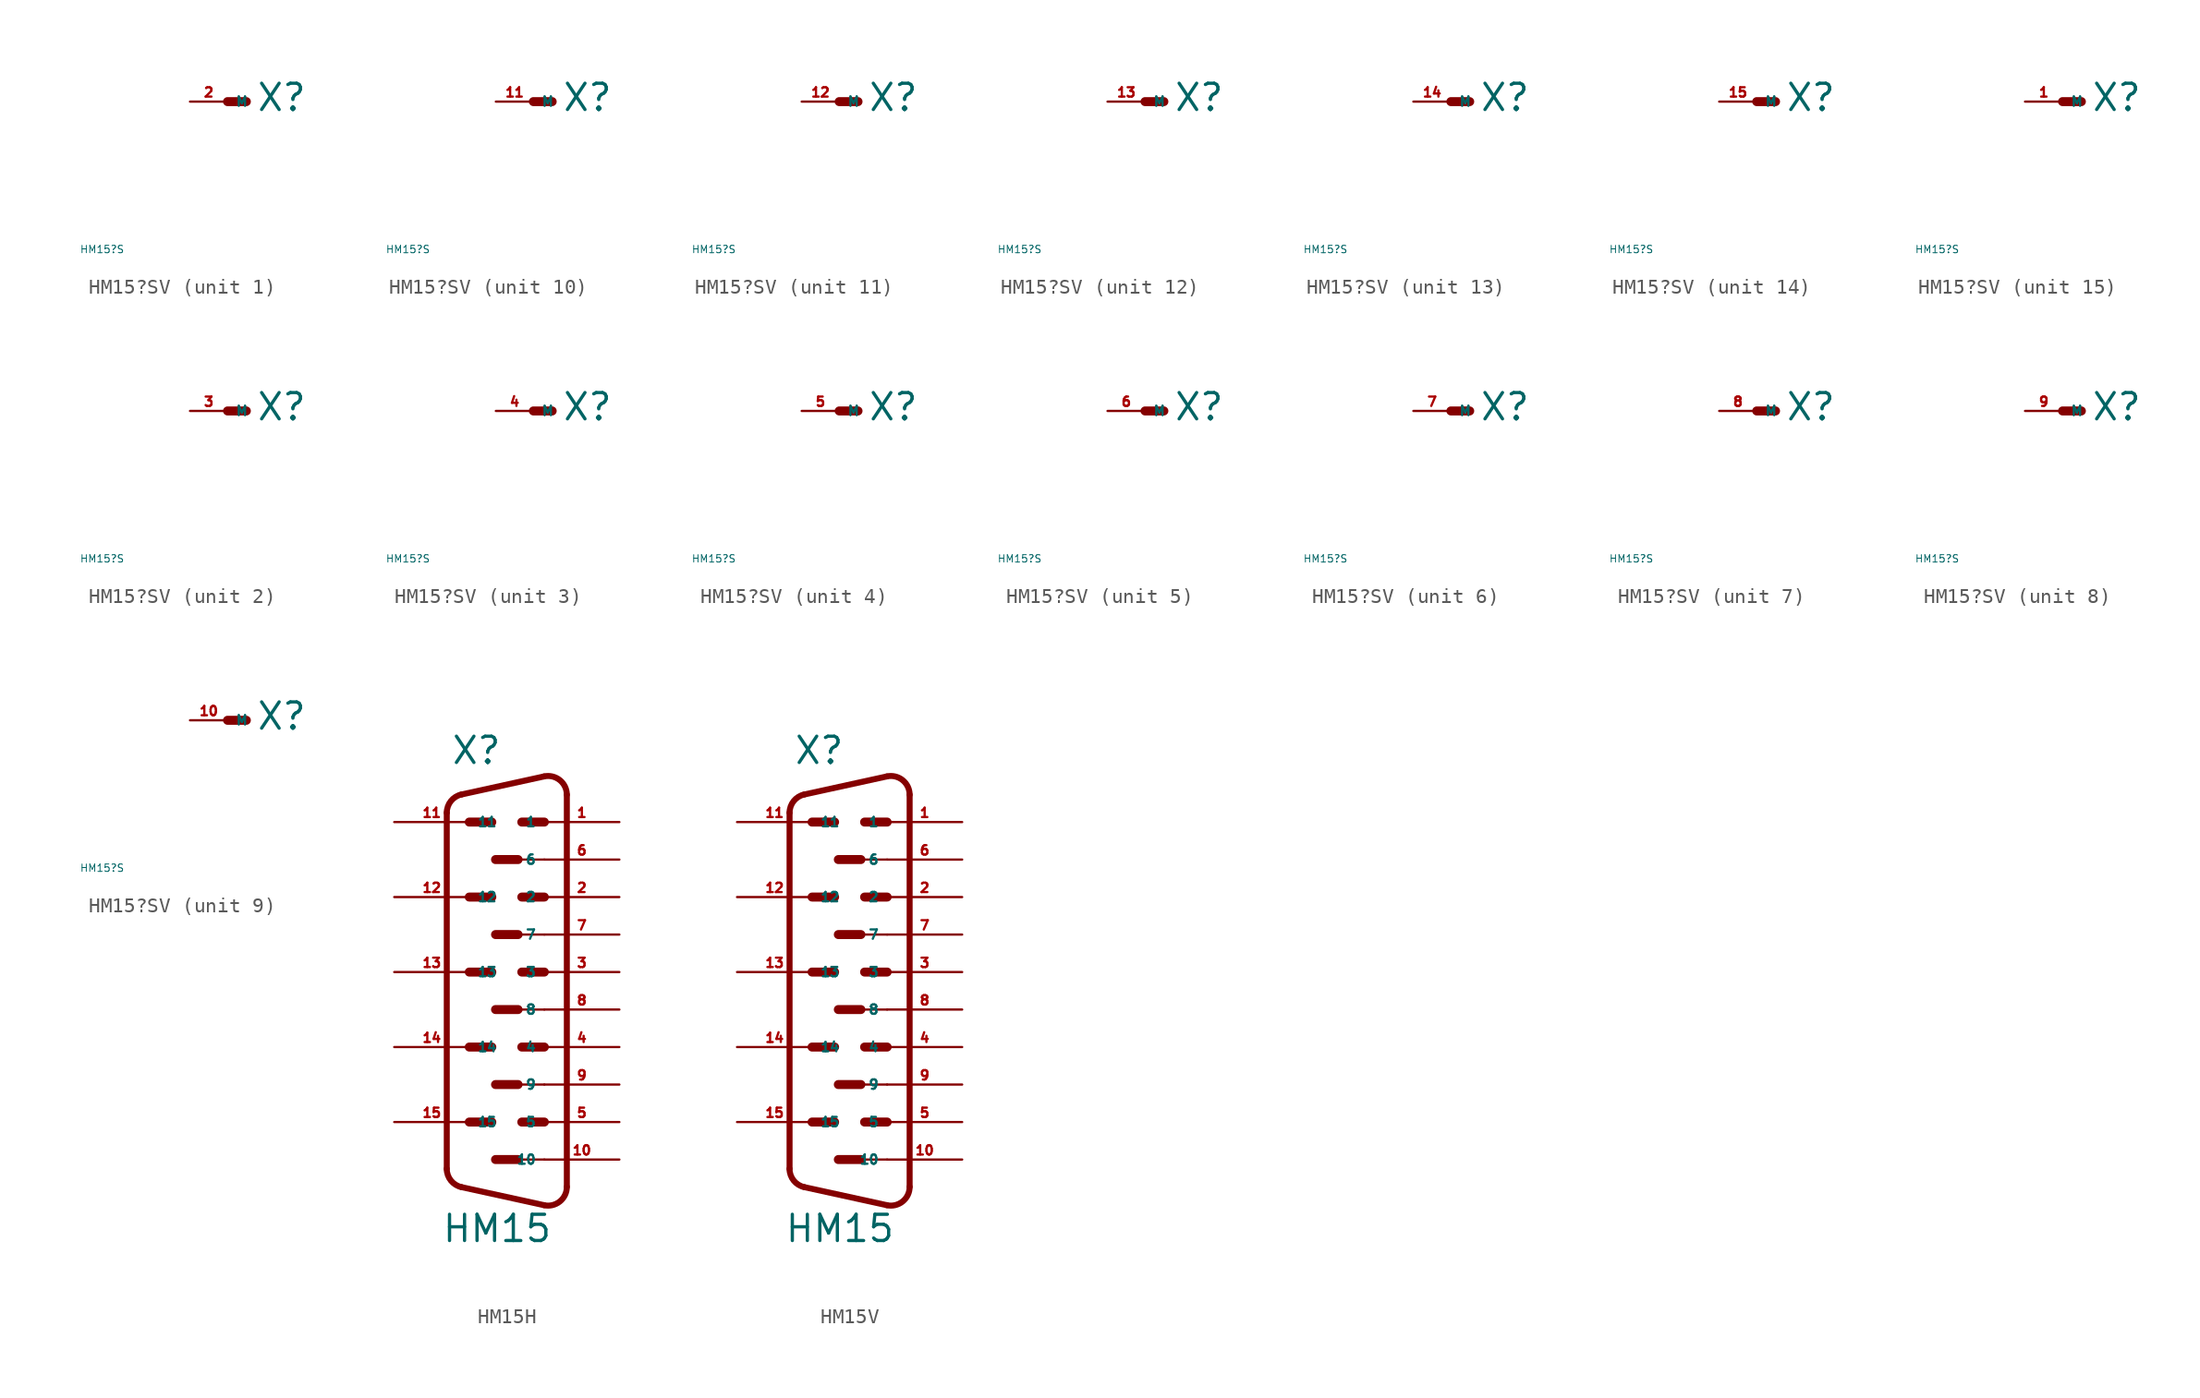
<source format=kicad_sym>
(kicad_symbol_lib
  (version 20220914)
  (generator Eagle2Kicad)
  (symbol "HM15?SV"
    (property "Reference" "X"
      (at 1.905 -0.762 0)
      (effects (font (size 1.778 1.778) (thickness 0.22)) (justify left bottom)))
    (property "Value" "HM15?S"
      (at -10 -10 0)
      (effects (font (size 0.5 0.5) (thickness 0.06)) (justify left)))
    (symbol "HM15?SV_1_0"
      (polyline (pts (xy 0 0) (xy 1.27 0)) (stroke (width 0.61) (type default)) (fill (type none)))
      (pin passive line (at -2.54 0 0) (length 2.54) (name "M" (effects (font (size 0.635 0.635) (thickness 0.08)) (justify left bottom))) (number "2" (effects (font (size 0.635 0.635) (thickness 0.08)) (justify left bottom)))))
    (symbol "HM15?SV_2_0"
      (polyline (pts (xy 0 0) (xy 1.27 0)) (stroke (width 0.61) (type default)) (fill (type none)))
      (pin passive line (at -2.54 0 0) (length 2.54) (name "M" (effects (font (size 0.635 0.635) (thickness 0.08)) (justify left bottom))) (number "3" (effects (font (size 0.635 0.635) (thickness 0.08)) (justify left bottom)))))
    (symbol "HM15?SV_3_0"
      (polyline (pts (xy 0 0) (xy 1.27 0)) (stroke (width 0.61) (type default)) (fill (type none)))
      (pin passive line (at -2.54 0 0) (length 2.54) (name "M" (effects (font (size 0.635 0.635) (thickness 0.08)) (justify left bottom))) (number "4" (effects (font (size 0.635 0.635) (thickness 0.08)) (justify left bottom)))))
    (symbol "HM15?SV_4_0"
      (polyline (pts (xy 0 0) (xy 1.27 0)) (stroke (width 0.61) (type default)) (fill (type none)))
      (pin passive line (at -2.54 0 0) (length 2.54) (name "M" (effects (font (size 0.635 0.635) (thickness 0.08)) (justify left bottom))) (number "5" (effects (font (size 0.635 0.635) (thickness 0.08)) (justify left bottom)))))
    (symbol "HM15?SV_5_0"
      (polyline (pts (xy 0 0) (xy 1.27 0)) (stroke (width 0.61) (type default)) (fill (type none)))
      (pin passive line (at -2.54 0 0) (length 2.54) (name "M" (effects (font (size 0.635 0.635) (thickness 0.08)) (justify left bottom))) (number "6" (effects (font (size 0.635 0.635) (thickness 0.08)) (justify left bottom)))))
    (symbol "HM15?SV_6_0"
      (polyline (pts (xy 0 0) (xy 1.27 0)) (stroke (width 0.61) (type default)) (fill (type none)))
      (pin passive line (at -2.54 0 0) (length 2.54) (name "M" (effects (font (size 0.635 0.635) (thickness 0.08)) (justify left bottom))) (number "7" (effects (font (size 0.635 0.635) (thickness 0.08)) (justify left bottom)))))
    (symbol "HM15?SV_7_0"
      (polyline (pts (xy 0 0) (xy 1.27 0)) (stroke (width 0.61) (type default)) (fill (type none)))
      (pin passive line (at -2.54 0 0) (length 2.54) (name "M" (effects (font (size 0.635 0.635) (thickness 0.08)) (justify left bottom))) (number "8" (effects (font (size 0.635 0.635) (thickness 0.08)) (justify left bottom)))))
    (symbol "HM15?SV_8_0"
      (polyline (pts (xy 0 0) (xy 1.27 0)) (stroke (width 0.61) (type default)) (fill (type none)))
      (pin passive line (at -2.54 0 0) (length 2.54) (name "M" (effects (font (size 0.635 0.635) (thickness 0.08)) (justify left bottom))) (number "9" (effects (font (size 0.635 0.635) (thickness 0.08)) (justify left bottom)))))
    (symbol "HM15?SV_9_0"
      (polyline (pts (xy 0 0) (xy 1.27 0)) (stroke (width 0.61) (type default)) (fill (type none)))
      (pin passive line (at -2.54 0 0) (length 2.54) (name "M" (effects (font (size 0.635 0.635) (thickness 0.08)) (justify left bottom))) (number "10" (effects (font (size 0.635 0.635) (thickness 0.08)) (justify left bottom)))))
    (symbol "HM15?SV_10_0"
      (polyline (pts (xy 0 0) (xy 1.27 0)) (stroke (width 0.61) (type default)) (fill (type none)))
      (pin passive line (at -2.54 0 0) (length 2.54) (name "M" (effects (font (size 0.635 0.635) (thickness 0.08)) (justify left bottom))) (number "11" (effects (font (size 0.635 0.635) (thickness 0.08)) (justify left bottom)))))
    (symbol "HM15?SV_11_0"
      (polyline (pts (xy 0 0) (xy 1.27 0)) (stroke (width 0.61) (type default)) (fill (type none)))
      (pin passive line (at -2.54 0 0) (length 2.54) (name "M" (effects (font (size 0.635 0.635) (thickness 0.08)) (justify left bottom))) (number "12" (effects (font (size 0.635 0.635) (thickness 0.08)) (justify left bottom)))))
    (symbol "HM15?SV_12_0"
      (polyline (pts (xy 0 0) (xy 1.27 0)) (stroke (width 0.61) (type default)) (fill (type none)))
      (pin passive line (at -2.54 0 0) (length 2.54) (name "M" (effects (font (size 0.635 0.635) (thickness 0.08)) (justify left bottom))) (number "13" (effects (font (size 0.635 0.635) (thickness 0.08)) (justify left bottom)))))
    (symbol "HM15?SV_13_0"
      (polyline (pts (xy 0 0) (xy 1.27 0)) (stroke (width 0.61) (type default)) (fill (type none)))
      (pin passive line (at -2.54 0 0) (length 2.54) (name "M" (effects (font (size 0.635 0.635) (thickness 0.08)) (justify left bottom))) (number "14" (effects (font (size 0.635 0.635) (thickness 0.08)) (justify left bottom)))))
    (symbol "HM15?SV_14_0"
      (polyline (pts (xy 0 0) (xy 1.27 0)) (stroke (width 0.61) (type default)) (fill (type none)))
      (pin passive line (at -2.54 0 0) (length 2.54) (name "M" (effects (font (size 0.635 0.635) (thickness 0.08)) (justify left bottom))) (number "15" (effects (font (size 0.635 0.635) (thickness 0.08)) (justify left bottom)))))
    (symbol "HM15?SV_15_0"
      (polyline (pts (xy 0 0) (xy 1.27 0)) (stroke (width 0.61) (type default)) (fill (type none)))
      (pin passive line (at -2.54 0 0) (length 2.54) (name "M" (effects (font (size 0.635 0.635) (thickness 0.08)) (justify left bottom))) (number "1" (effects (font (size 0.635 0.635) (thickness 0.08)) (justify left bottom))))))
  (symbol "HM15H"
    (property "Reference" "X"
      (at -3.81 13.97 0)
      (effects (font (size 1.778 1.778) (thickness 0.22)) (justify left bottom)))
    (property "Value" "HM15"
      (at -4.445 -18.415 0)
      (effects (font (size 1.778 1.778) (thickness 0.22)) (justify left bottom)))
    (arc
      (start 4.064 12.0112)
      (mid 3.590 13.001)
      (end 2.5226 13.252)
      (stroke (width 0.4064) (type default))
      (fill (type none)))
    (polyline
      (pts (xy 2.523 13.252) (xy -3.065 12.029))
      (stroke (width 0.406) (type default))
      (fill (type none)))
    (arc
      (start -3.0654 12.0295)
      (mid -3.783 11.585)
      (end -4.0642 10.7888)
      (stroke (width 0.4064) (type default))
      (fill (type none)))
    (polyline
      (pts (xy -4.064 -13.329) (xy -4.064 10.789))
      (stroke (width 0.406) (type default))
      (fill (type none)))
    (arc
      (start -4.064 -13.3288)
      (mid -3.783 -14.125)
      (end -3.0654 -14.5694)
      (stroke (width 0.4064) (type default))
      (fill (type none)))
    (polyline
      (pts (xy 4.064 -14.551) (xy 4.064 12.011))
      (stroke (width 0.406) (type default))
      (fill (type none)))
    (polyline
      (pts (xy 2.523 -15.792) (xy -3.065 -14.569))
      (stroke (width 0.406) (type default))
      (fill (type none)))
    (arc
      (start 2.5226 -15.7919)
      (mid 3.590 -15.541)
      (end 4.064 -14.5512)
      (stroke (width 0.4064) (type default))
      (fill (type none)))
    (polyline
      (pts (xy 2.54 7.62) (xy 0.762 7.62))
      (stroke (width 0.152) (type default))
      (fill (type none)))
    (polyline
      (pts (xy 2.54 2.54) (xy 0.762 2.54))
      (stroke (width 0.152) (type default))
      (fill (type none)))
    (polyline
      (pts (xy 2.54 -2.54) (xy 0.762 -2.54))
      (stroke (width 0.152) (type default))
      (fill (type none)))
    (polyline
      (pts (xy 2.54 -7.62) (xy 0.762 -7.62))
      (stroke (width 0.152) (type default))
      (fill (type none)))
    (polyline
      (pts (xy 2.54 -12.7) (xy 0.762 -12.7))
      (stroke (width 0.152) (type default))
      (fill (type none)))
    (polyline
      (pts (xy -1.016 10.16) (xy -2.54 10.16))
      (stroke (width 0.61) (type default))
      (fill (type none)))
    (polyline
      (pts (xy 2.54 10.16) (xy 1.016 10.16))
      (stroke (width 0.61) (type default))
      (fill (type none)))
    (polyline
      (pts (xy 0.762 7.62) (xy -0.762 7.62))
      (stroke (width 0.61) (type default))
      (fill (type none)))
    (polyline
      (pts (xy -1.016 5.08) (xy -2.54 5.08))
      (stroke (width 0.61) (type default))
      (fill (type none)))
    (polyline
      (pts (xy 2.54 5.08) (xy 1.016 5.08))
      (stroke (width 0.61) (type default))
      (fill (type none)))
    (polyline
      (pts (xy 0.762 2.54) (xy -0.762 2.54))
      (stroke (width 0.61) (type default))
      (fill (type none)))
    (polyline
      (pts (xy -1.016 0) (xy -2.54 0))
      (stroke (width 0.61) (type default))
      (fill (type none)))
    (polyline
      (pts (xy 2.54 0) (xy 1.016 0))
      (stroke (width 0.61) (type default))
      (fill (type none)))
    (polyline
      (pts (xy 0.762 -2.54) (xy -0.762 -2.54))
      (stroke (width 0.61) (type default))
      (fill (type none)))
    (polyline
      (pts (xy -1.016 -5.08) (xy -2.54 -5.08))
      (stroke (width 0.61) (type default))
      (fill (type none)))
    (polyline
      (pts (xy 2.54 -5.08) (xy 1.016 -5.08))
      (stroke (width 0.61) (type default))
      (fill (type none)))
    (polyline
      (pts (xy 0.762 -7.62) (xy -0.762 -7.62))
      (stroke (width 0.61) (type default))
      (fill (type none)))
    (polyline
      (pts (xy -1.016 -10.16) (xy -2.54 -10.16))
      (stroke (width 0.61) (type default))
      (fill (type none)))
    (polyline
      (pts (xy 2.54 -10.16) (xy 1.016 -10.16))
      (stroke (width 0.61) (type default))
      (fill (type none)))
    (polyline
      (pts (xy 0.762 -12.7) (xy -0.762 -12.7))
      (stroke (width 0.61) (type default))
      (fill (type none)))
    (pin passive line
      (at 7.62 10.16 180)
      (length 5.08)
      (name "1" (effects (font (size 0.635 0.635) (thickness 0.08)) (justify left bottom)))
      (number "1" (effects (font (size 0.635 0.635) (thickness 0.08)) (justify left bottom))))
    (pin passive line
      (at 7.62 5.08 180)
      (length 5.08)
      (name "2" (effects (font (size 0.635 0.635) (thickness 0.08)) (justify left bottom)))
      (number "2" (effects (font (size 0.635 0.635) (thickness 0.08)) (justify left bottom))))
    (pin passive line
      (at 7.62 0 180)
      (length 5.08)
      (name "3" (effects (font (size 0.635 0.635) (thickness 0.08)) (justify left bottom)))
      (number "3" (effects (font (size 0.635 0.635) (thickness 0.08)) (justify left bottom))))
    (pin passive line
      (at 7.62 -5.08 180)
      (length 5.08)
      (name "4" (effects (font (size 0.635 0.635) (thickness 0.08)) (justify left bottom)))
      (number "4" (effects (font (size 0.635 0.635) (thickness 0.08)) (justify left bottom))))
    (pin passive line
      (at 7.62 -10.16 180)
      (length 5.08)
      (name "5" (effects (font (size 0.635 0.635) (thickness 0.08)) (justify left bottom)))
      (number "5" (effects (font (size 0.635 0.635) (thickness 0.08)) (justify left bottom))))
    (pin passive line
      (at 7.62 7.62 180)
      (length 5.08)
      (name "6" (effects (font (size 0.635 0.635) (thickness 0.08)) (justify left bottom)))
      (number "6" (effects (font (size 0.635 0.635) (thickness 0.08)) (justify left bottom))))
    (pin passive line
      (at 7.62 2.54 180)
      (length 5.08)
      (name "7" (effects (font (size 0.635 0.635) (thickness 0.08)) (justify left bottom)))
      (number "7" (effects (font (size 0.635 0.635) (thickness 0.08)) (justify left bottom))))
    (pin passive line
      (at 7.62 -2.54 180)
      (length 5.08)
      (name "8" (effects (font (size 0.635 0.635) (thickness 0.08)) (justify left bottom)))
      (number "8" (effects (font (size 0.635 0.635) (thickness 0.08)) (justify left bottom))))
    (pin passive line
      (at 7.62 -7.62 180)
      (length 5.08)
      (name "9" (effects (font (size 0.635 0.635) (thickness 0.08)) (justify left bottom)))
      (number "9" (effects (font (size 0.635 0.635) (thickness 0.08)) (justify left bottom))))
    (pin passive line
      (at 7.62 -12.7 180)
      (length 5.08)
      (name "10" (effects (font (size 0.635 0.635) (thickness 0.08)) (justify left bottom)))
      (number "10" (effects (font (size 0.635 0.635) (thickness 0.08)) (justify left bottom))))
    (pin passive line
      (at -7.62 10.16 0)
      (length 5.08)
      (name "11" (effects (font (size 0.635 0.635) (thickness 0.08)) (justify left bottom)))
      (number "11" (effects (font (size 0.635 0.635) (thickness 0.08)) (justify left bottom))))
    (pin passive line
      (at -7.62 5.08 0)
      (length 5.08)
      (name "12" (effects (font (size 0.635 0.635) (thickness 0.08)) (justify left bottom)))
      (number "12" (effects (font (size 0.635 0.635) (thickness 0.08)) (justify left bottom))))
    (pin passive line
      (at -7.62 0 0)
      (length 5.08)
      (name "13" (effects (font (size 0.635 0.635) (thickness 0.08)) (justify left bottom)))
      (number "13" (effects (font (size 0.635 0.635) (thickness 0.08)) (justify left bottom))))
    (pin passive line
      (at -7.62 -5.08 0)
      (length 5.08)
      (name "14" (effects (font (size 0.635 0.635) (thickness 0.08)) (justify left bottom)))
      (number "14" (effects (font (size 0.635 0.635) (thickness 0.08)) (justify left bottom))))
    (pin passive line
      (at -7.62 -10.16 0)
      (length 5.08)
      (name "15" (effects (font (size 0.635 0.635) (thickness 0.08)) (justify left bottom)))
      (number "15" (effects (font (size 0.635 0.635) (thickness 0.08)) (justify left bottom)))))
  (symbol "HM15V"
    (property "Reference" "X"
      (at -3.81 13.97 0)
      (effects (font (size 1.778 1.778) (thickness 0.22)) (justify left bottom)))
    (property "Value" "HM15"
      (at -4.445 -18.415 0)
      (effects (font (size 1.778 1.778) (thickness 0.22)) (justify left bottom)))
    (arc
      (start 4.064 12.0112)
      (mid 3.590 13.001)
      (end 2.5226 13.252)
      (stroke (width 0.4064) (type default))
      (fill (type none)))
    (polyline
      (pts (xy 2.523 13.252) (xy -3.065 12.029))
      (stroke (width 0.406) (type default))
      (fill (type none)))
    (arc
      (start -3.0654 12.0295)
      (mid -3.783 11.585)
      (end -4.0642 10.7888)
      (stroke (width 0.4064) (type default))
      (fill (type none)))
    (polyline
      (pts (xy -4.064 -13.329) (xy -4.064 10.789))
      (stroke (width 0.406) (type default))
      (fill (type none)))
    (arc
      (start -4.064 -13.3288)
      (mid -3.783 -14.125)
      (end -3.0654 -14.5694)
      (stroke (width 0.4064) (type default))
      (fill (type none)))
    (polyline
      (pts (xy 4.064 -14.551) (xy 4.064 12.011))
      (stroke (width 0.406) (type default))
      (fill (type none)))
    (polyline
      (pts (xy 2.523 -15.792) (xy -3.065 -14.569))
      (stroke (width 0.406) (type default))
      (fill (type none)))
    (arc
      (start 2.5226 -15.7919)
      (mid 3.590 -15.541)
      (end 4.064 -14.5512)
      (stroke (width 0.4064) (type default))
      (fill (type none)))
    (polyline
      (pts (xy 2.54 7.62) (xy 0.762 7.62))
      (stroke (width 0.152) (type default))
      (fill (type none)))
    (polyline
      (pts (xy 2.54 2.54) (xy 0.762 2.54))
      (stroke (width 0.152) (type default))
      (fill (type none)))
    (polyline
      (pts (xy 2.54 -2.54) (xy 0.762 -2.54))
      (stroke (width 0.152) (type default))
      (fill (type none)))
    (polyline
      (pts (xy 2.54 -7.62) (xy 0.762 -7.62))
      (stroke (width 0.152) (type default))
      (fill (type none)))
    (polyline
      (pts (xy 2.54 -12.7) (xy 0.762 -12.7))
      (stroke (width 0.152) (type default))
      (fill (type none)))
    (polyline
      (pts (xy -1.016 10.16) (xy -2.54 10.16))
      (stroke (width 0.61) (type default))
      (fill (type none)))
    (polyline
      (pts (xy 2.54 10.16) (xy 1.016 10.16))
      (stroke (width 0.61) (type default))
      (fill (type none)))
    (polyline
      (pts (xy 0.762 7.62) (xy -0.762 7.62))
      (stroke (width 0.61) (type default))
      (fill (type none)))
    (polyline
      (pts (xy -1.016 5.08) (xy -2.54 5.08))
      (stroke (width 0.61) (type default))
      (fill (type none)))
    (polyline
      (pts (xy 2.54 5.08) (xy 1.016 5.08))
      (stroke (width 0.61) (type default))
      (fill (type none)))
    (polyline
      (pts (xy 0.762 2.54) (xy -0.762 2.54))
      (stroke (width 0.61) (type default))
      (fill (type none)))
    (polyline
      (pts (xy -1.016 0) (xy -2.54 0))
      (stroke (width 0.61) (type default))
      (fill (type none)))
    (polyline
      (pts (xy 2.54 0) (xy 1.016 0))
      (stroke (width 0.61) (type default))
      (fill (type none)))
    (polyline
      (pts (xy 0.762 -2.54) (xy -0.762 -2.54))
      (stroke (width 0.61) (type default))
      (fill (type none)))
    (polyline
      (pts (xy -1.016 -5.08) (xy -2.54 -5.08))
      (stroke (width 0.61) (type default))
      (fill (type none)))
    (polyline
      (pts (xy 2.54 -5.08) (xy 1.016 -5.08))
      (stroke (width 0.61) (type default))
      (fill (type none)))
    (polyline
      (pts (xy 0.762 -7.62) (xy -0.762 -7.62))
      (stroke (width 0.61) (type default))
      (fill (type none)))
    (polyline
      (pts (xy -1.016 -10.16) (xy -2.54 -10.16))
      (stroke (width 0.61) (type default))
      (fill (type none)))
    (polyline
      (pts (xy 2.54 -10.16) (xy 1.016 -10.16))
      (stroke (width 0.61) (type default))
      (fill (type none)))
    (polyline
      (pts (xy 0.762 -12.7) (xy -0.762 -12.7))
      (stroke (width 0.61) (type default))
      (fill (type none)))
    (pin passive line
      (at 7.62 10.16 180)
      (length 5.08)
      (name "1" (effects (font (size 0.635 0.635) (thickness 0.08)) (justify left bottom)))
      (number "1" (effects (font (size 0.635 0.635) (thickness 0.08)) (justify left bottom))))
    (pin passive line
      (at 7.62 5.08 180)
      (length 5.08)
      (name "2" (effects (font (size 0.635 0.635) (thickness 0.08)) (justify left bottom)))
      (number "2" (effects (font (size 0.635 0.635) (thickness 0.08)) (justify left bottom))))
    (pin passive line
      (at 7.62 0 180)
      (length 5.08)
      (name "3" (effects (font (size 0.635 0.635) (thickness 0.08)) (justify left bottom)))
      (number "3" (effects (font (size 0.635 0.635) (thickness 0.08)) (justify left bottom))))
    (pin passive line
      (at 7.62 -5.08 180)
      (length 5.08)
      (name "4" (effects (font (size 0.635 0.635) (thickness 0.08)) (justify left bottom)))
      (number "4" (effects (font (size 0.635 0.635) (thickness 0.08)) (justify left bottom))))
    (pin passive line
      (at 7.62 -10.16 180)
      (length 5.08)
      (name "5" (effects (font (size 0.635 0.635) (thickness 0.08)) (justify left bottom)))
      (number "5" (effects (font (size 0.635 0.635) (thickness 0.08)) (justify left bottom))))
    (pin passive line
      (at 7.62 7.62 180)
      (length 5.08)
      (name "6" (effects (font (size 0.635 0.635) (thickness 0.08)) (justify left bottom)))
      (number "6" (effects (font (size 0.635 0.635) (thickness 0.08)) (justify left bottom))))
    (pin passive line
      (at 7.62 2.54 180)
      (length 5.08)
      (name "7" (effects (font (size 0.635 0.635) (thickness 0.08)) (justify left bottom)))
      (number "7" (effects (font (size 0.635 0.635) (thickness 0.08)) (justify left bottom))))
    (pin passive line
      (at 7.62 -2.54 180)
      (length 5.08)
      (name "8" (effects (font (size 0.635 0.635) (thickness 0.08)) (justify left bottom)))
      (number "8" (effects (font (size 0.635 0.635) (thickness 0.08)) (justify left bottom))))
    (pin passive line
      (at 7.62 -7.62 180)
      (length 5.08)
      (name "9" (effects (font (size 0.635 0.635) (thickness 0.08)) (justify left bottom)))
      (number "9" (effects (font (size 0.635 0.635) (thickness 0.08)) (justify left bottom))))
    (pin passive line
      (at 7.62 -12.7 180)
      (length 5.08)
      (name "10" (effects (font (size 0.635 0.635) (thickness 0.08)) (justify left bottom)))
      (number "10" (effects (font (size 0.635 0.635) (thickness 0.08)) (justify left bottom))))
    (pin passive line
      (at -7.62 10.16 0)
      (length 5.08)
      (name "11" (effects (font (size 0.635 0.635) (thickness 0.08)) (justify left bottom)))
      (number "11" (effects (font (size 0.635 0.635) (thickness 0.08)) (justify left bottom))))
    (pin passive line
      (at -7.62 5.08 0)
      (length 5.08)
      (name "12" (effects (font (size 0.635 0.635) (thickness 0.08)) (justify left bottom)))
      (number "12" (effects (font (size 0.635 0.635) (thickness 0.08)) (justify left bottom))))
    (pin passive line
      (at -7.62 0 0)
      (length 5.08)
      (name "13" (effects (font (size 0.635 0.635) (thickness 0.08)) (justify left bottom)))
      (number "13" (effects (font (size 0.635 0.635) (thickness 0.08)) (justify left bottom))))
    (pin passive line
      (at -7.62 -5.08 0)
      (length 5.08)
      (name "14" (effects (font (size 0.635 0.635) (thickness 0.08)) (justify left bottom)))
      (number "14" (effects (font (size 0.635 0.635) (thickness 0.08)) (justify left bottom))))
    (pin passive line
      (at -7.62 -10.16 0)
      (length 5.08)
      (name "15" (effects (font (size 0.635 0.635) (thickness 0.08)) (justify left bottom)))
      (number "15" (effects (font (size 0.635 0.635) (thickness 0.08)) (justify left bottom))))))
</source>
